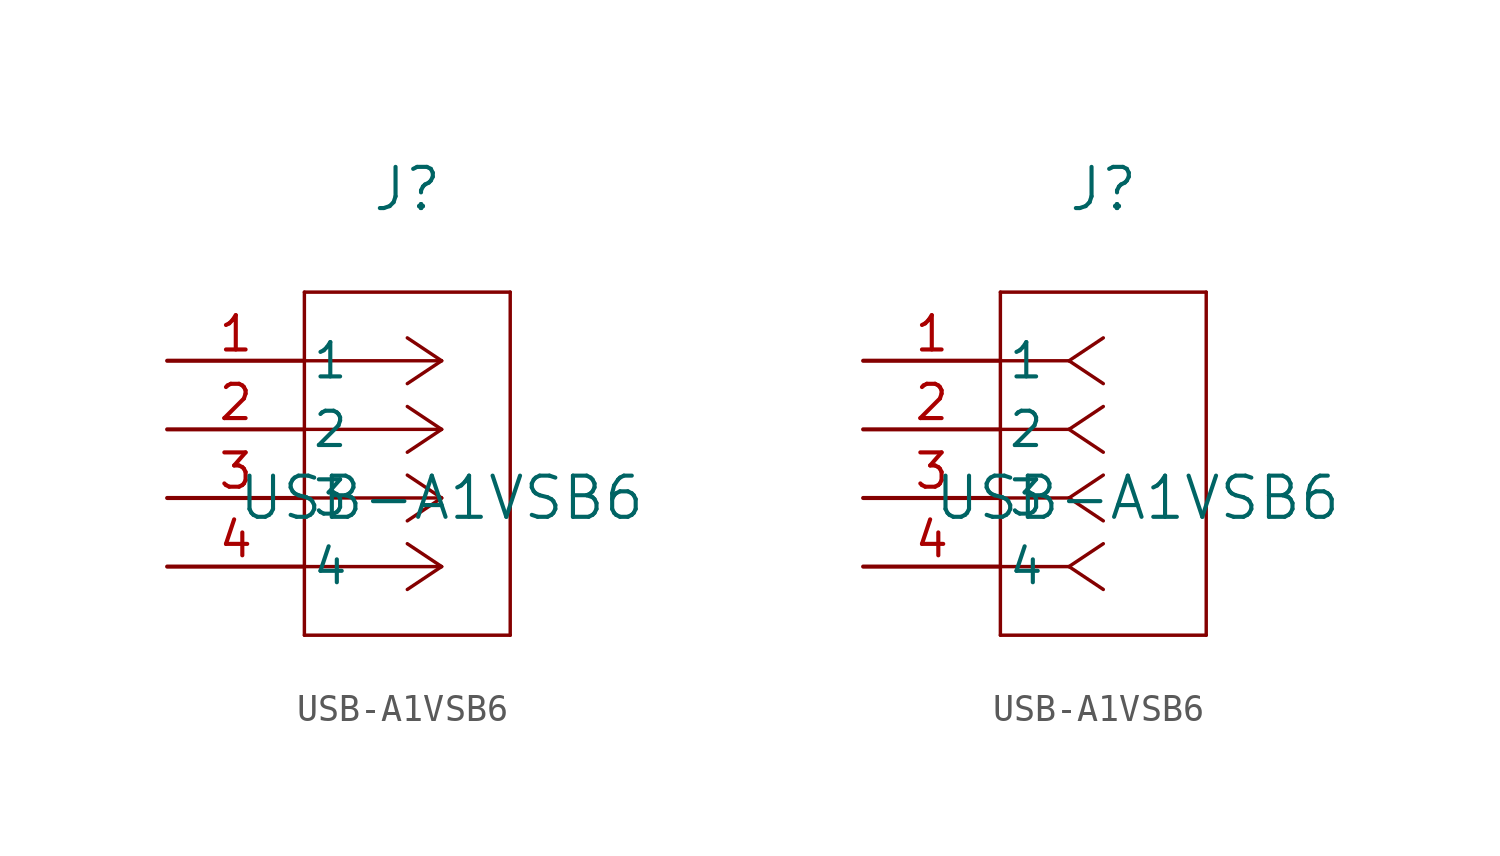
<source format=kicad_sym>
(kicad_symbol_lib
  (version 20211014)
  (generator kicad_symbol_editor)
  (symbol "USB-A1VSB6"
    (pin_names
      (offset 0.254))
    (property "Reference" "J"
      (at -1.27 11.43 0)
      (effects (font (size 1.524 1.524))))
    (property "Value" "USB-A1VSB6"
      (at 0 0 0)
      (effects (font (size 1.524 1.524))))
    (symbol "USB-A1VSB6_1_1"
      (polyline (pts (xy 0 5.08) (xy -5.08 5.08)) (stroke (width 0.127) (type default) (color 0 0 0 0)) (fill (type none)))
      (polyline (pts (xy 0 2.54) (xy -5.08 2.54)) (stroke (width 0.127) (type default) (color 0 0 0 0)) (fill (type none)))
      (polyline (pts (xy 0 0) (xy -5.08 0)) (stroke (width 0.127) (type default) (color 0 0 0 0)) (fill (type none)))
      (polyline (pts (xy 0 -2.54) (xy -5.08 -2.54)) (stroke (width 0.127) (type default) (color 0 0 0 0)) (fill (type none)))
      (polyline (pts (xy 0 5.08) (xy -1.27 5.927)) (stroke (width 0.127) (type default) (color 0 0 0 0)) (fill (type none)))
      (polyline (pts (xy 0 2.54) (xy -1.27 3.387)) (stroke (width 0.127) (type default) (color 0 0 0 0)) (fill (type none)))
      (polyline (pts (xy 0 0) (xy -1.27 0.847)) (stroke (width 0.127) (type default) (color 0 0 0 0)) (fill (type none)))
      (polyline (pts (xy 0 -2.54) (xy -1.27 -1.693)) (stroke (width 0.127) (type default) (color 0 0 0 0)) (fill (type none)))
      (polyline (pts (xy 0 5.08) (xy -1.27 4.233)) (stroke (width 0.127) (type default) (color 0 0 0 0)) (fill (type none)))
      (polyline (pts (xy 0 2.54) (xy -1.27 1.693)) (stroke (width 0.127) (type default) (color 0 0 0 0)) (fill (type none)))
      (polyline (pts (xy 0 0) (xy -1.27 -0.847)) (stroke (width 0.127) (type default) (color 0 0 0 0)) (fill (type none)))
      (polyline (pts (xy 0 -2.54) (xy -1.27 -3.387)) (stroke (width 0.127) (type default) (color 0 0 0 0)) (fill (type none)))
      (polyline (pts (xy -5.08 7.62) (xy -5.08 -5.08)) (stroke (width 0.127) (type default) (color 0 0 0 0)) (fill (type none)))
      (polyline (pts (xy -5.08 -5.08) (xy 2.54 -5.08)) (stroke (width 0.127) (type default) (color 0 0 0 0)) (fill (type none)))
      (polyline (pts (xy 2.54 -5.08) (xy 2.54 7.62)) (stroke (width 0.127) (type default) (color 0 0 0 0)) (fill (type none)))
      (polyline (pts (xy 2.54 7.62) (xy -5.08 7.62)) (stroke (width 0.127) (type default) (color 0 0 0 0)) (fill (type none)))
      (pin unspecified line (at -10.16 5.08 0) (length 5.08) (name "1" (effects (font (size 1.27 1.27)))) (number "1" (effects (font (size 1.27 1.27)))))
      (pin unspecified line (at -10.16 2.54 0) (length 5.08) (name "2" (effects (font (size 1.27 1.27)))) (number "2" (effects (font (size 1.27 1.27)))))
      (pin unspecified line (at -10.16 0 0) (length 5.08) (name "3" (effects (font (size 1.27 1.27)))) (number "3" (effects (font (size 1.27 1.27)))))
      (pin unspecified line (at -10.16 -2.54 0) (length 5.08) (name "4" (effects (font (size 1.27 1.27)))) (number "4" (effects (font (size 1.27 1.27))))))
    (symbol "USB-A1VSB6_1_2"
      (polyline (pts (xy -2.54 5.08) (xy -5.08 5.08)) (stroke (width 0.127) (type default) (color 0 0 0 0)) (fill (type none)))
      (polyline (pts (xy -2.54 2.54) (xy -5.08 2.54)) (stroke (width 0.127) (type default) (color 0 0 0 0)) (fill (type none)))
      (polyline (pts (xy -2.54 0) (xy -5.08 0)) (stroke (width 0.127) (type default) (color 0 0 0 0)) (fill (type none)))
      (polyline (pts (xy -2.54 -2.54) (xy -5.08 -2.54)) (stroke (width 0.127) (type default) (color 0 0 0 0)) (fill (type none)))
      (polyline (pts (xy -2.54 5.08) (xy -1.27 5.927)) (stroke (width 0.127) (type default) (color 0 0 0 0)) (fill (type none)))
      (polyline (pts (xy -2.54 2.54) (xy -1.27 3.387)) (stroke (width 0.127) (type default) (color 0 0 0 0)) (fill (type none)))
      (polyline (pts (xy -2.54 0) (xy -1.27 0.847)) (stroke (width 0.127) (type default) (color 0 0 0 0)) (fill (type none)))
      (polyline (pts (xy -2.54 -2.54) (xy -1.27 -1.693)) (stroke (width 0.127) (type default) (color 0 0 0 0)) (fill (type none)))
      (polyline (pts (xy -2.54 5.08) (xy -1.27 4.233)) (stroke (width 0.127) (type default) (color 0 0 0 0)) (fill (type none)))
      (polyline (pts (xy -2.54 2.54) (xy -1.27 1.693)) (stroke (width 0.127) (type default) (color 0 0 0 0)) (fill (type none)))
      (polyline (pts (xy -2.54 0) (xy -1.27 -0.847)) (stroke (width 0.127) (type default) (color 0 0 0 0)) (fill (type none)))
      (polyline (pts (xy -2.54 -2.54) (xy -1.27 -3.387)) (stroke (width 0.127) (type default) (color 0 0 0 0)) (fill (type none)))
      (polyline (pts (xy -5.08 7.62) (xy -5.08 -5.08)) (stroke (width 0.127) (type default) (color 0 0 0 0)) (fill (type none)))
      (polyline (pts (xy -5.08 -5.08) (xy 2.54 -5.08)) (stroke (width 0.127) (type default) (color 0 0 0 0)) (fill (type none)))
      (polyline (pts (xy 2.54 -5.08) (xy 2.54 7.62)) (stroke (width 0.127) (type default) (color 0 0 0 0)) (fill (type none)))
      (polyline (pts (xy 2.54 7.62) (xy -5.08 7.62)) (stroke (width 0.127) (type default) (color 0 0 0 0)) (fill (type none)))
      (pin unspecified line (at -10.16 5.08 0) (length 5.08) (name "1" (effects (font (size 1.27 1.27)))) (number "1" (effects (font (size 1.27 1.27)))))
      (pin unspecified line (at -10.16 2.54 0) (length 5.08) (name "2" (effects (font (size 1.27 1.27)))) (number "2" (effects (font (size 1.27 1.27)))))
      (pin unspecified line (at -10.16 0 0) (length 5.08) (name "3" (effects (font (size 1.27 1.27)))) (number "3" (effects (font (size 1.27 1.27)))))
      (pin unspecified line (at -10.16 -2.54 0) (length 5.08) (name "4" (effects (font (size 1.27 1.27)))) (number "4" (effects (font (size 1.27 1.27))))))))
</source>
